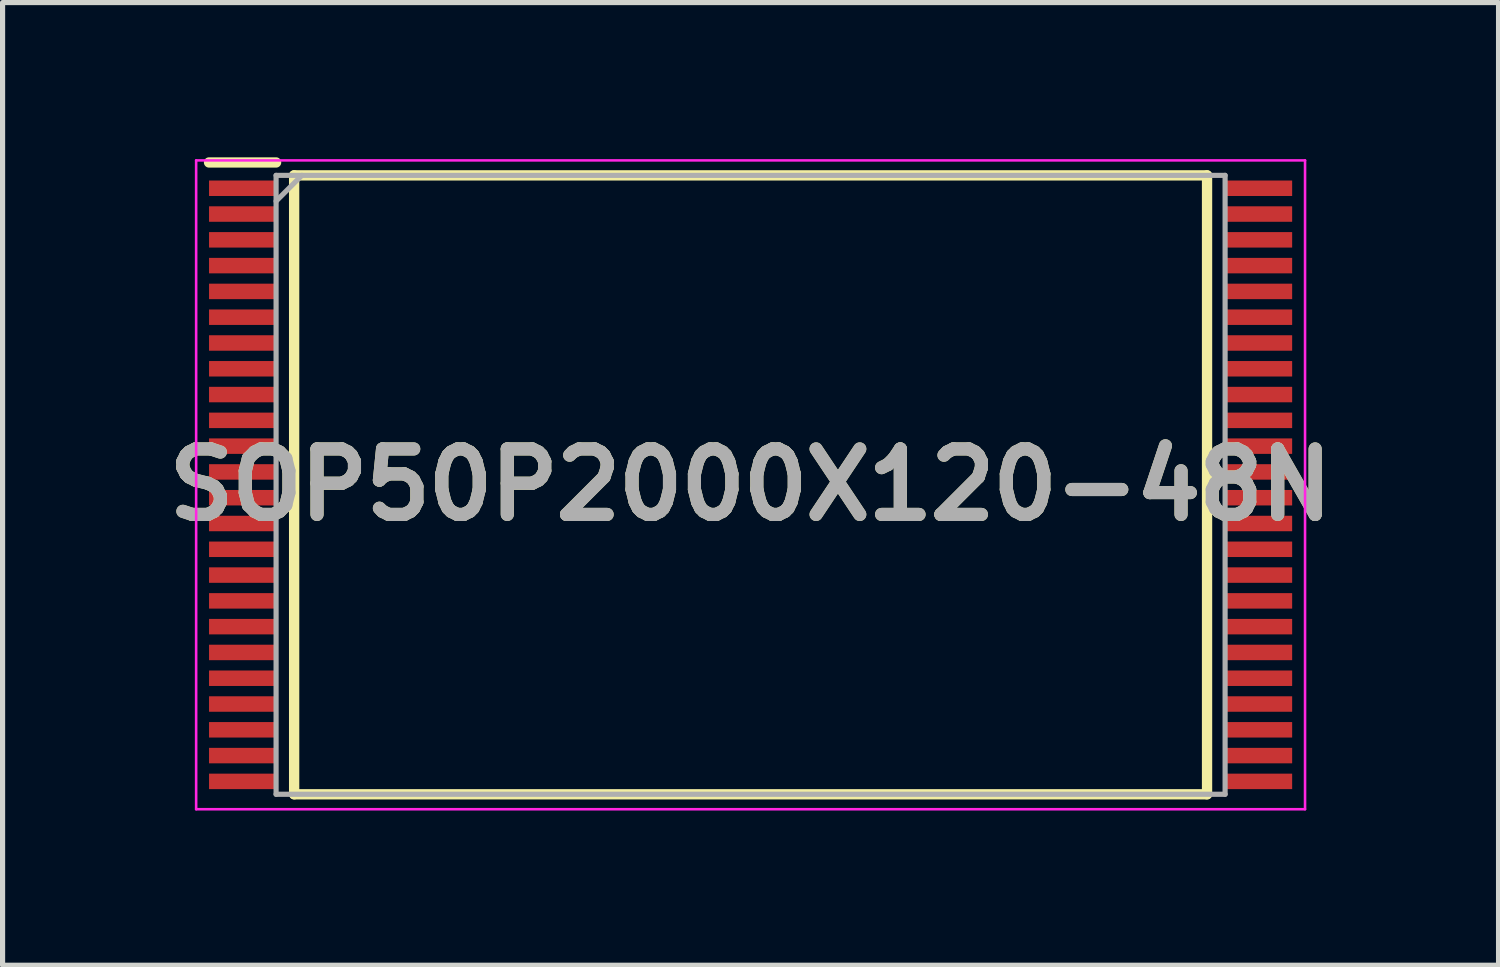
<source format=kicad_pcb>
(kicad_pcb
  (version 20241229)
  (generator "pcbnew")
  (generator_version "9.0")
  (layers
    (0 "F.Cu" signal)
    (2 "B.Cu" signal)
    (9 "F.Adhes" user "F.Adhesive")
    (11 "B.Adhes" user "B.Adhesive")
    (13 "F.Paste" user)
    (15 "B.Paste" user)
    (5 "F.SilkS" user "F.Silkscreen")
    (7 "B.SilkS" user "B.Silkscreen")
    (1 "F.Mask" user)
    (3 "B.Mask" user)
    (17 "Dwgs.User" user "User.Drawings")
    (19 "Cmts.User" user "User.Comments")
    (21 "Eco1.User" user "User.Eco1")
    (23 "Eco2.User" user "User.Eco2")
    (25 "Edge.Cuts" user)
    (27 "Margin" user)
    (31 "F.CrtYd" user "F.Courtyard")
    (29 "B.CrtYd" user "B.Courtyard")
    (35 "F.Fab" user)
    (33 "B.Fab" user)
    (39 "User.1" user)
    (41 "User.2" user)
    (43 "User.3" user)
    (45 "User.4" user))
  (footprint "SOP50P2000X120-48N"
    (layer "F.Cu")
    (at 11.503 6.35)
    (property "Reference" "SOP50P2000X120-48N" (at 0 0 0) (layer "F.SilkS") (effects (font (size 1.27 1.27) (thickness 0.254))))
    (attr smd)
    (fp_line (start -10.5 -6.25) (end -9.2 -6.25) (stroke (width 0.2) (type solid)) (layer "F.SilkS"))
    (fp_line (start -8.85 -6) (end 8.85 -6) (stroke (width 0.2) (type solid)) (layer "F.SilkS"))
    (fp_line (start -8.85 6) (end -8.85 -6) (stroke (width 0.2) (type solid)) (layer "F.SilkS"))
    (fp_line (start 8.85 -6) (end 8.85 6) (stroke (width 0.2) (type solid)) (layer "F.SilkS"))
    (fp_line (start 8.85 6) (end -8.85 6) (stroke (width 0.2) (type solid)) (layer "F.SilkS"))
    (fp_line (start -10.75 -6.29) (end 10.75 -6.29) (stroke (width 0.05) (type solid)) (layer "F.CrtYd"))
    (fp_line (start -10.75 6.29) (end -10.75 -6.29) (stroke (width 0.05) (type solid)) (layer "F.CrtYd"))
    (fp_line (start 10.75 -6.29) (end 10.75 6.29) (stroke (width 0.05) (type solid)) (layer "F.CrtYd"))
    (fp_line (start 10.75 6.29) (end -10.75 6.29) (stroke (width 0.05) (type solid)) (layer "F.CrtYd"))
    (fp_line (start -9.2 -6) (end 9.2 -6) (stroke (width 0.1) (type solid)) (layer "F.Fab"))
    (fp_line (start -9.2 -5.5) (end -8.7 -6) (stroke (width 0.1) (type solid)) (layer "F.Fab"))
    (fp_line (start -9.2 6) (end -9.2 -6) (stroke (width 0.1) (type solid)) (layer "F.Fab"))
    (fp_line (start 9.2 -6) (end 9.2 6) (stroke (width 0.1) (type solid)) (layer "F.Fab"))
    (fp_line (start 9.2 6) (end -9.2 6) (stroke (width 0.1) (type solid)) (layer "F.Fab"))
    (fp_text user "${REFERENCE}" (at 0 0 0) (layer "F.Fab") (effects (font (size 1.27 1.27) (thickness 0.254))))
    (pad "1" smd rect (at -9.85 -5.75 90) (size 0.3 1.3) (layers "F.Cu" "F.Mask" "F.Paste"))
    (pad "2" smd rect (at -9.85 -5.25 90) (size 0.3 1.3) (layers "F.Cu" "F.Mask" "F.Paste"))
    (pad "3" smd rect (at -9.85 -4.75 90) (size 0.3 1.3) (layers "F.Cu" "F.Mask" "F.Paste"))
    (pad "4" smd rect (at -9.85 -4.25 90) (size 0.3 1.3) (layers "F.Cu" "F.Mask" "F.Paste"))
    (pad "5" smd rect (at -9.85 -3.75 90) (size 0.3 1.3) (layers "F.Cu" "F.Mask" "F.Paste"))
    (pad "6" smd rect (at -9.85 -3.25 90) (size 0.3 1.3) (layers "F.Cu" "F.Mask" "F.Paste"))
    (pad "7" smd rect (at -9.85 -2.75 90) (size 0.3 1.3) (layers "F.Cu" "F.Mask" "F.Paste"))
    (pad "8" smd rect (at -9.85 -2.25 90) (size 0.3 1.3) (layers "F.Cu" "F.Mask" "F.Paste"))
    (pad "9" smd rect (at -9.85 -1.75 90) (size 0.3 1.3) (layers "F.Cu" "F.Mask" "F.Paste"))
    (pad "10" smd rect (at -9.85 -1.25 90) (size 0.3 1.3) (layers "F.Cu" "F.Mask" "F.Paste"))
    (pad "11" smd rect (at -9.85 -0.75 90) (size 0.3 1.3) (layers "F.Cu" "F.Mask" "F.Paste"))
    (pad "12" smd rect (at -9.85 -0.25 90) (size 0.3 1.3) (layers "F.Cu" "F.Mask" "F.Paste"))
    (pad "13" smd rect (at -9.85 0.25 90) (size 0.3 1.3) (layers "F.Cu" "F.Mask" "F.Paste"))
    (pad "14" smd rect (at -9.85 0.75 90) (size 0.3 1.3) (layers "F.Cu" "F.Mask" "F.Paste"))
    (pad "15" smd rect (at -9.85 1.25 90) (size 0.3 1.3) (layers "F.Cu" "F.Mask" "F.Paste"))
    (pad "16" smd rect (at -9.85 1.75 90) (size 0.3 1.3) (layers "F.Cu" "F.Mask" "F.Paste"))
    (pad "17" smd rect (at -9.85 2.25 90) (size 0.3 1.3) (layers "F.Cu" "F.Mask" "F.Paste"))
    (pad "18" smd rect (at -9.85 2.75 90) (size 0.3 1.3) (layers "F.Cu" "F.Mask" "F.Paste"))
    (pad "19" smd rect (at -9.85 3.25 90) (size 0.3 1.3) (layers "F.Cu" "F.Mask" "F.Paste"))
    (pad "20" smd rect (at -9.85 3.75 90) (size 0.3 1.3) (layers "F.Cu" "F.Mask" "F.Paste"))
    (pad "21" smd rect (at -9.85 4.25 90) (size 0.3 1.3) (layers "F.Cu" "F.Mask" "F.Paste"))
    (pad "22" smd rect (at -9.85 4.75 90) (size 0.3 1.3) (layers "F.Cu" "F.Mask" "F.Paste"))
    (pad "23" smd rect (at -9.85 5.25 90) (size 0.3 1.3) (layers "F.Cu" "F.Mask" "F.Paste"))
    (pad "24" smd rect (at -9.85 5.75 90) (size 0.3 1.3) (layers "F.Cu" "F.Mask" "F.Paste"))
    (pad "25" smd rect (at 9.85 5.75 90) (size 0.3 1.3) (layers "F.Cu" "F.Mask" "F.Paste"))
    (pad "26" smd rect (at 9.85 5.25 90) (size 0.3 1.3) (layers "F.Cu" "F.Mask" "F.Paste"))
    (pad "27" smd rect (at 9.85 4.75 90) (size 0.3 1.3) (layers "F.Cu" "F.Mask" "F.Paste"))
    (pad "28" smd rect (at 9.85 4.25 90) (size 0.3 1.3) (layers "F.Cu" "F.Mask" "F.Paste"))
    (pad "29" smd rect (at 9.85 3.75 90) (size 0.3 1.3) (layers "F.Cu" "F.Mask" "F.Paste"))
    (pad "30" smd rect (at 9.85 3.25 90) (size 0.3 1.3) (layers "F.Cu" "F.Mask" "F.Paste"))
    (pad "31" smd rect (at 9.85 2.75 90) (size 0.3 1.3) (layers "F.Cu" "F.Mask" "F.Paste"))
    (pad "32" smd rect (at 9.85 2.25 90) (size 0.3 1.3) (layers "F.Cu" "F.Mask" "F.Paste"))
    (pad "33" smd rect (at 9.85 1.75 90) (size 0.3 1.3) (layers "F.Cu" "F.Mask" "F.Paste"))
    (pad "34" smd rect (at 9.85 1.25 90) (size 0.3 1.3) (layers "F.Cu" "F.Mask" "F.Paste"))
    (pad "35" smd rect (at 9.85 0.75 90) (size 0.3 1.3) (layers "F.Cu" "F.Mask" "F.Paste"))
    (pad "36" smd rect (at 9.85 0.25 90) (size 0.3 1.3) (layers "F.Cu" "F.Mask" "F.Paste"))
    (pad "37" smd rect (at 9.85 -0.25 90) (size 0.3 1.3) (layers "F.Cu" "F.Mask" "F.Paste"))
    (pad "38" smd rect (at 9.85 -0.75 90) (size 0.3 1.3) (layers "F.Cu" "F.Mask" "F.Paste"))
    (pad "39" smd rect (at 9.85 -1.25 90) (size 0.3 1.3) (layers "F.Cu" "F.Mask" "F.Paste"))
    (pad "40" smd rect (at 9.85 -1.75 90) (size 0.3 1.3) (layers "F.Cu" "F.Mask" "F.Paste"))
    (pad "41" smd rect (at 9.85 -2.25 90) (size 0.3 1.3) (layers "F.Cu" "F.Mask" "F.Paste"))
    (pad "42" smd rect (at 9.85 -2.75 90) (size 0.3 1.3) (layers "F.Cu" "F.Mask" "F.Paste"))
    (pad "43" smd rect (at 9.85 -3.25 90) (size 0.3 1.3) (layers "F.Cu" "F.Mask" "F.Paste"))
    (pad "44" smd rect (at 9.85 -3.75 90) (size 0.3 1.3) (layers "F.Cu" "F.Mask" "F.Paste"))
    (pad "45" smd rect (at 9.85 -4.25 90) (size 0.3 1.3) (layers "F.Cu" "F.Mask" "F.Paste"))
    (pad "46" smd rect (at 9.85 -4.75 90) (size 0.3 1.3) (layers "F.Cu" "F.Mask" "F.Paste"))
    (pad "47" smd rect (at 9.85 -5.25 90) (size 0.3 1.3) (layers "F.Cu" "F.Mask" "F.Paste"))
    (pad "48" smd rect (at 9.85 -5.75 90) (size 0.3 1.3) (layers "F.Cu" "F.Mask" "F.Paste")))
  (gr_rect
    (start -3 -3)
    (end 26.005 15.665)
    (stroke (width 0.1) (type default))
    (fill no)
    (layer "Edge.Cuts")))
</source>
